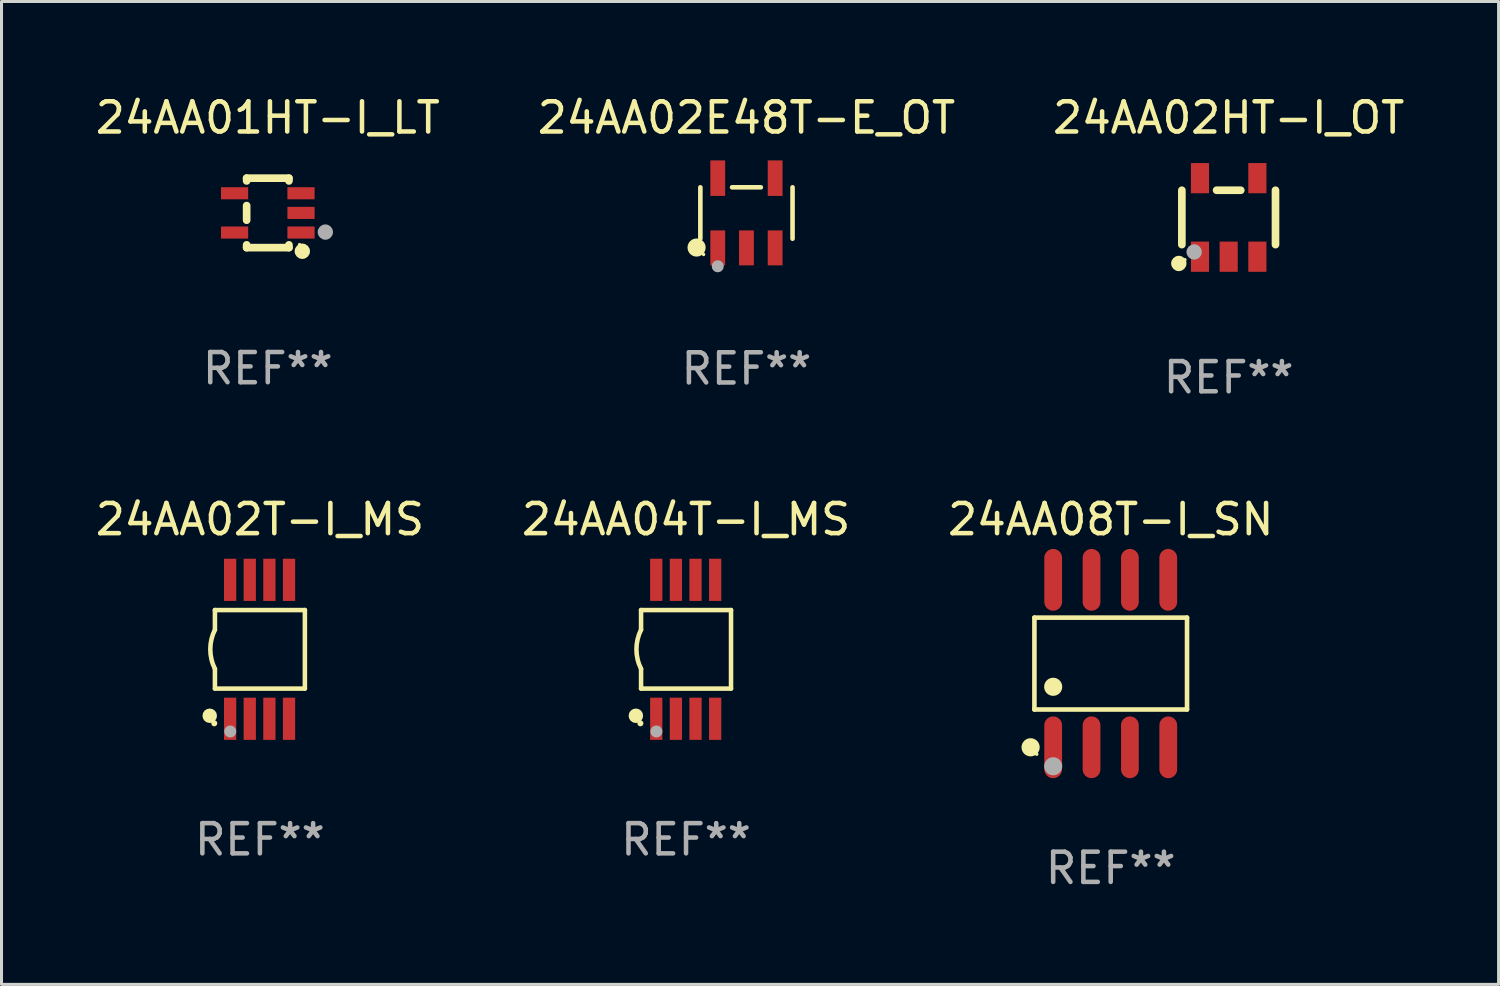
<source format=kicad_pcb>
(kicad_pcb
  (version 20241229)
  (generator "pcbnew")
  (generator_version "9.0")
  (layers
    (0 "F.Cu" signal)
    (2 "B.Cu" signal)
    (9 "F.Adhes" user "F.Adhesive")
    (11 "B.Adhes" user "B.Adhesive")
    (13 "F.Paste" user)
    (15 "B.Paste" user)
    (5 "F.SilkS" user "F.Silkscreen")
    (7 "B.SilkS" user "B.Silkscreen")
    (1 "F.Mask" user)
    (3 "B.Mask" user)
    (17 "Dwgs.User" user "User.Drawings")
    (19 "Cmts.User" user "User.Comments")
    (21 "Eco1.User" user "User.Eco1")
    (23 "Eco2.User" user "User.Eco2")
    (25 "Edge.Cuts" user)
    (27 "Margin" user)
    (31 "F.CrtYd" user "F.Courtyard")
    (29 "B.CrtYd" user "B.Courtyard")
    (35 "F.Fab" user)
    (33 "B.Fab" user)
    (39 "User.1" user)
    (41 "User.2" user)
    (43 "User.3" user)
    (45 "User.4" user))
  (footprint "24AA02T-I_MS"
    (layer "F.Cu")
    (at 5.554 18.445)
    (property "Reference" "24AA02T-I_MS" (at 0 -4.3 0) (layer "F.SilkS") (effects (font (size 1 1) (thickness 0.15))))
    (attr through_hole)
    (fp_line (start -1.489 -1.3) (end -1.489 -0.648) (stroke (width 0.15) (type solid)) (layer "F.SilkS"))
    (fp_line (start -1.489 0.648) (end -1.489 1.3) (stroke (width 0.15) (type solid)) (layer "F.SilkS"))
    (fp_line (start -1.489 1.3) (end 1.489 1.3) (stroke (width 0.15) (type solid)) (layer "F.SilkS"))
    (fp_line (start 1.489 -1.3) (end -1.489 -1.3) (stroke (width 0.15) (type solid)) (layer "F.SilkS"))
    (fp_line (start 1.489 1.3) (end 1.489 -1.3) (stroke (width 0.15) (type solid)) (layer "F.SilkS"))
    (fp_arc (start -1.489205 0.647702) (mid -1.642107 0) (end -1.489205 -0.647701) (stroke (width 0.150013) (type solid)) (layer "F.SilkS"))
    (fp_circle (center -1.661 2.2) (end -1.541 2.2) (stroke (width 0.24) (type solid)) (fill no) (layer "F.SilkS"))
    (fp_circle (center -1.511 2.45) (end -1.461 2.45) (stroke (width 0.1) (type solid)) (fill no) (layer "F.SilkS"))
    (fp_circle (center -0.981 2.72) (end -0.881 2.72) (stroke (width 0.2) (type solid)) (fill no) (layer "F.Fab"))
    (fp_text user "REF**" (at 0 6.3 0) (layer "F.Fab") (effects (font (size 1 1) (thickness 0.15))))
    (pad "1" smd rect (at -0.986 2.3) (size 0.406 1.397) (layers "F.Cu" "F.Mask" "F.Paste"))
    (pad "2" smd rect (at -0.336 2.3) (size 0.406 1.397) (layers "F.Cu" "F.Mask" "F.Paste"))
    (pad "3" smd rect (at 0.314 2.3) (size 0.406 1.397) (layers "F.Cu" "F.Mask" "F.Paste"))
    (pad "4" smd rect (at 0.964 2.3) (size 0.406 1.397) (layers "F.Cu" "F.Mask" "F.Paste"))
    (pad "5" smd rect (at 0.964 -2.3) (size 0.406 1.397) (layers "F.Cu" "F.Mask" "F.Paste"))
    (pad "6" smd rect (at 0.314 -2.3) (size 0.406 1.397) (layers "F.Cu" "F.Mask" "F.Paste"))
    (pad "7" smd rect (at -0.336 -2.3) (size 0.406 1.397) (layers "F.Cu" "F.Mask" "F.Paste"))
    (pad "8" smd rect (at -0.986 -2.3) (size 0.406 1.397) (layers "F.Cu" "F.Mask" "F.Paste")))
  (footprint "24AA02E48T-E_OT"
    (layer "F.Cu")
    (at 21.661 4.002)
    (property "Reference" "24AA02E48T-E_OT" (at 0 -3.154 0) (layer "F.SilkS") (effects (font (size 1 1) (thickness 0.15))))
    (attr through_hole)
    (fp_line (start -1.526 0.851) (end -1.526 -0.851) (stroke (width 0.152) (type solid)) (layer "F.SilkS"))
    (fp_line (start 0.476 -0.851) (end -0.476 -0.851) (stroke (width 0.152) (type solid)) (layer "F.SilkS"))
    (fp_line (start 1.526 0.851) (end 1.526 -0.851) (stroke (width 0.152) (type solid)) (layer "F.SilkS"))
    (fp_circle (center -1.651 1.143) (end -1.501 1.143) (stroke (width 0.3) (type solid)) (fill no) (layer "F.SilkS"))
    (fp_circle (center -1.42 1.37) (end -1.39 1.37) (stroke (width 0.06) (type solid)) (fill no) (layer "F.SilkS"))
    (fp_circle (center -0.95 1.763) (end -0.85 1.763) (stroke (width 0.2) (type solid)) (fill no) (layer "F.Fab"))
    (fp_text user "REF**" (at 0 5.154 0) (layer "F.Fab") (effects (font (size 1 1) (thickness 0.15))))
    (pad "1" smd rect (at -0.95 1.154) (size 0.49 1.157) (layers "F.Cu" "F.Mask" "F.Paste"))
    (pad "2" smd rect (at 0 1.154) (size 0.49 1.157) (layers "F.Cu" "F.Mask" "F.Paste"))
    (pad "3" smd rect (at 0.95 1.154) (size 0.49 1.157) (layers "F.Cu" "F.Mask" "F.Paste"))
    (pad "4" smd rect (at 0.95 -1.154) (size 0.49 1.175) (layers "F.Cu" "F.Mask" "F.Paste"))
    (pad "5" smd rect (at -0.95 -1.154) (size 0.49 1.175) (layers "F.Cu" "F.Mask" "F.Paste")))
  (footprint "24AA08T-I_SN"
    (layer "F.Cu")
    (at 33.72 18.917)
    (property "Reference" "24AA08T-I_SN" (at 0 -4.772 0) (layer "F.SilkS") (effects (font (size 1 1) (thickness 0.15))))
    (attr through_hole)
    (fp_line (start -2.526 -1.521) (end 2.526 -1.521) (stroke (width 0.152) (type solid)) (layer "F.SilkS"))
    (fp_line (start -2.526 1.521) (end -2.526 -1.521) (stroke (width 0.152) (type solid)) (layer "F.SilkS"))
    (fp_line (start 2.526 -1.521) (end 2.526 1.521) (stroke (width 0.152) (type solid)) (layer "F.SilkS"))
    (fp_line (start 2.526 1.521) (end -2.526 1.521) (stroke (width 0.152) (type solid)) (layer "F.SilkS"))
    (fp_circle (center -2.652 2.772) (end -2.501 2.772) (stroke (width 0.3) (type solid)) (fill no) (layer "F.SilkS"))
    (fp_circle (center -2.45 3) (end -2.42 3) (stroke (width 0.06) (type solid)) (fill no) (layer "F.SilkS"))
    (fp_circle (center -1.905 0.769) (end -1.755 0.769) (stroke (width 0.3) (type solid)) (fill no) (layer "F.SilkS"))
    (fp_circle (center -1.905 3.4) (end -1.755 3.4) (stroke (width 0.3) (type solid)) (fill no) (layer "F.Fab"))
    (fp_text user "REF**" (at 0 6.772 0) (layer "F.Fab") (effects (font (size 1 1) (thickness 0.15))))
    (pad "1" smd oval (at -1.905 2.772) (size 0.588 2.045) (layers "F.Cu" "F.Mask" "F.Paste"))
    (pad "2" smd oval (at -0.635 2.772) (size 0.588 2.045) (layers "F.Cu" "F.Mask" "F.Paste"))
    (pad "3" smd oval (at 0.635 2.772) (size 0.588 2.045) (layers "F.Cu" "F.Mask" "F.Paste"))
    (pad "4" smd oval (at 1.905 2.772) (size 0.588 2.045) (layers "F.Cu" "F.Mask" "F.Paste"))
    (pad "5" smd oval (at 1.905 -2.772) (size 0.588 2.045) (layers "F.Cu" "F.Mask" "F.Paste"))
    (pad "6" smd oval (at 0.635 -2.772) (size 0.588 2.045) (layers "F.Cu" "F.Mask" "F.Paste"))
    (pad "7" smd oval (at -0.635 -2.772) (size 0.588 2.045) (layers "F.Cu" "F.Mask" "F.Paste"))
    (pad "8" smd oval (at -1.905 -2.772) (size 0.588 2.045) (layers "F.Cu" "F.Mask" "F.Paste")))
  (footprint "24AA01HT-I_LT"
    (layer "F.Cu")
    (at 5.815 3.998)
    (property "Reference" "24AA01HT-I_LT" (at 0 -3.15 0) (layer "F.SilkS") (effects (font (size 1 1) (thickness 0.15))))
    (attr through_hole)
    (fp_line (start -0.7 -1.15) (end 0.7 -1.15) (stroke (width 0.254) (type solid)) (layer "F.SilkS"))
    (fp_line (start -0.7 -1.058) (end -0.7 -1.15) (stroke (width 0.254) (type solid)) (layer "F.SilkS"))
    (fp_line (start -0.7 0.242) (end -0.7 -0.242) (stroke (width 0.254) (type solid)) (layer "F.SilkS"))
    (fp_line (start -0.7 1.15) (end -0.7 1.058) (stroke (width 0.254) (type solid)) (layer "F.SilkS"))
    (fp_line (start -0.7 1.15) (end 0.7 1.15) (stroke (width 0.254) (type solid)) (layer "F.SilkS"))
    (fp_line (start 0.7 -1.058) (end 0.7 -1.15) (stroke (width 0.254) (type solid)) (layer "F.SilkS"))
    (fp_line (start 0.7 1.15) (end 0.7 1.058) (stroke (width 0.254) (type solid)) (layer "F.SilkS"))
    (fp_circle (center 1.053 1.052) (end 1.083 1.052) (stroke (width 0.06) (type solid)) (fill no) (layer "F.SilkS"))
    (fp_circle (center 1.143 1.27) (end 1.27 1.27) (stroke (width 0.254) (type solid)) (fill no) (layer "F.SilkS"))
    (fp_circle (center 1.905 0.635) (end 2.032 0.635) (stroke (width 0.254) (type solid)) (fill no) (layer "F.Fab"))
    (fp_text user "REF**" (at 0 5.15 0) (layer "F.Fab") (effects (font (size 1 1) (thickness 0.15))))
    (pad "1" smd rect (at 1.1 0.65 90) (size 0.4 0.9) (layers "F.Cu" "F.Mask" "F.Paste"))
    (pad "2" smd rect (at 1.1 0.000076 90) (size 0.4 0.9) (layers "F.Cu" "F.Mask" "F.Paste"))
    (pad "3" smd rect (at 1.1 -0.65 90) (size 0.4 0.9) (layers "F.Cu" "F.Mask" "F.Paste"))
    (pad "4" smd rect (at -1.1 -0.65 90) (size 0.4 0.9) (layers "F.Cu" "F.Mask" "F.Paste"))
    (pad "5" smd rect (at -1.1 0.65 90) (size 0.4 0.9) (layers "F.Cu" "F.Mask" "F.Paste")))
  (footprint "24AA02HT-I_OT"
    (layer "F.Cu")
    (at 37.625 4.148)
    (property "Reference" "24AA02HT-I_OT" (at 0 -3.3 0) (layer "F.SilkS") (effects (font (size 1 1) (thickness 0.15))))
    (attr through_hole)
    (fp_line (start -1.55 -0.9) (end -1.55 0.9) (stroke (width 0.254) (type solid)) (layer "F.SilkS"))
    (fp_line (start -0.4 -0.9) (end 0.4 -0.9) (stroke (width 0.254) (type solid)) (layer "F.SilkS"))
    (fp_line (start 1.55 -0.9) (end 1.55 0.9) (stroke (width 0.254) (type solid)) (layer "F.SilkS"))
    (fp_circle (center -1.651 1.524) (end -1.524 1.524) (stroke (width 0.254) (type solid)) (fill no) (layer "F.SilkS"))
    (fp_circle (center -1.45 1.4) (end -1.42 1.4) (stroke (width 0.06) (type solid)) (fill no) (layer "F.SilkS"))
    (fp_circle (center -1.143 1.143) (end -1.016 1.143) (stroke (width 0.254) (type solid)) (fill no) (layer "F.Fab"))
    (fp_text user "REF**" (at 0 5.3 0) (layer "F.Fab") (effects (font (size 1 1) (thickness 0.15))))
    (pad "1" smd rect (at -0.95 1.3 270) (size 1 0.6) (layers "F.Cu" "F.Mask" "F.Paste"))
    (pad "2" smd rect (at 0.000025 1.3 270) (size 1 0.6) (layers "F.Cu" "F.Mask" "F.Paste"))
    (pad "3" smd rect (at 0.95 1.3 270) (size 1 0.6) (layers "F.Cu" "F.Mask" "F.Paste"))
    (pad "4" smd rect (at 0.95 -1.3 270) (size 1 0.6) (layers "F.Cu" "F.Mask" "F.Paste"))
    (pad "5" smd rect (at -0.95 -1.3 270) (size 1 0.6) (layers "F.Cu" "F.Mask" "F.Paste")))
  (footprint "24AA04T-I_MS"
    (layer "F.Cu")
    (at 19.661 18.445)
    (property "Reference" "24AA04T-I_MS" (at 0 -4.3 0) (layer "F.SilkS") (effects (font (size 1 1) (thickness 0.15))))
    (attr through_hole)
    (fp_line (start -1.489 -1.3) (end -1.489 -0.648) (stroke (width 0.15) (type solid)) (layer "F.SilkS"))
    (fp_line (start -1.489 0.648) (end -1.489 1.3) (stroke (width 0.15) (type solid)) (layer "F.SilkS"))
    (fp_line (start -1.489 1.3) (end 1.489 1.3) (stroke (width 0.15) (type solid)) (layer "F.SilkS"))
    (fp_line (start 1.489 -1.3) (end -1.489 -1.3) (stroke (width 0.15) (type solid)) (layer "F.SilkS"))
    (fp_line (start 1.489 1.3) (end 1.489 -1.3) (stroke (width 0.15) (type solid)) (layer "F.SilkS"))
    (fp_arc (start -1.489205 0.647702) (mid -1.642107 0) (end -1.489205 -0.647701) (stroke (width 0.150013) (type solid)) (layer "F.SilkS"))
    (fp_circle (center -1.661 2.2) (end -1.541 2.2) (stroke (width 0.24) (type solid)) (fill no) (layer "F.SilkS"))
    (fp_circle (center -1.511 2.45) (end -1.461 2.45) (stroke (width 0.1) (type solid)) (fill no) (layer "F.SilkS"))
    (fp_circle (center -0.981 2.72) (end -0.881 2.72) (stroke (width 0.2) (type solid)) (fill no) (layer "F.Fab"))
    (fp_text user "REF**" (at 0 6.3 0) (layer "F.Fab") (effects (font (size 1 1) (thickness 0.15))))
    (pad "1" smd rect (at -0.986 2.3) (size 0.406 1.397) (layers "F.Cu" "F.Mask" "F.Paste"))
    (pad "2" smd rect (at -0.336 2.3) (size 0.406 1.397) (layers "F.Cu" "F.Mask" "F.Paste"))
    (pad "3" smd rect (at 0.314 2.3) (size 0.406 1.397) (layers "F.Cu" "F.Mask" "F.Paste"))
    (pad "4" smd rect (at 0.964 2.3) (size 0.406 1.397) (layers "F.Cu" "F.Mask" "F.Paste"))
    (pad "5" smd rect (at 0.964 -2.3) (size 0.406 1.397) (layers "F.Cu" "F.Mask" "F.Paste"))
    (pad "6" smd rect (at 0.314 -2.3) (size 0.406 1.397) (layers "F.Cu" "F.Mask" "F.Paste"))
    (pad "7" smd rect (at -0.336 -2.3) (size 0.406 1.397) (layers "F.Cu" "F.Mask" "F.Paste"))
    (pad "8" smd rect (at -0.986 -2.3) (size 0.406 1.397) (layers "F.Cu" "F.Mask" "F.Paste")))
  (gr_rect
    (start -3 -3)
    (end 46.56 29.538)
    (stroke (width 0.1) (type default))
    (fill no)
    (layer "Edge.Cuts")))
</source>
